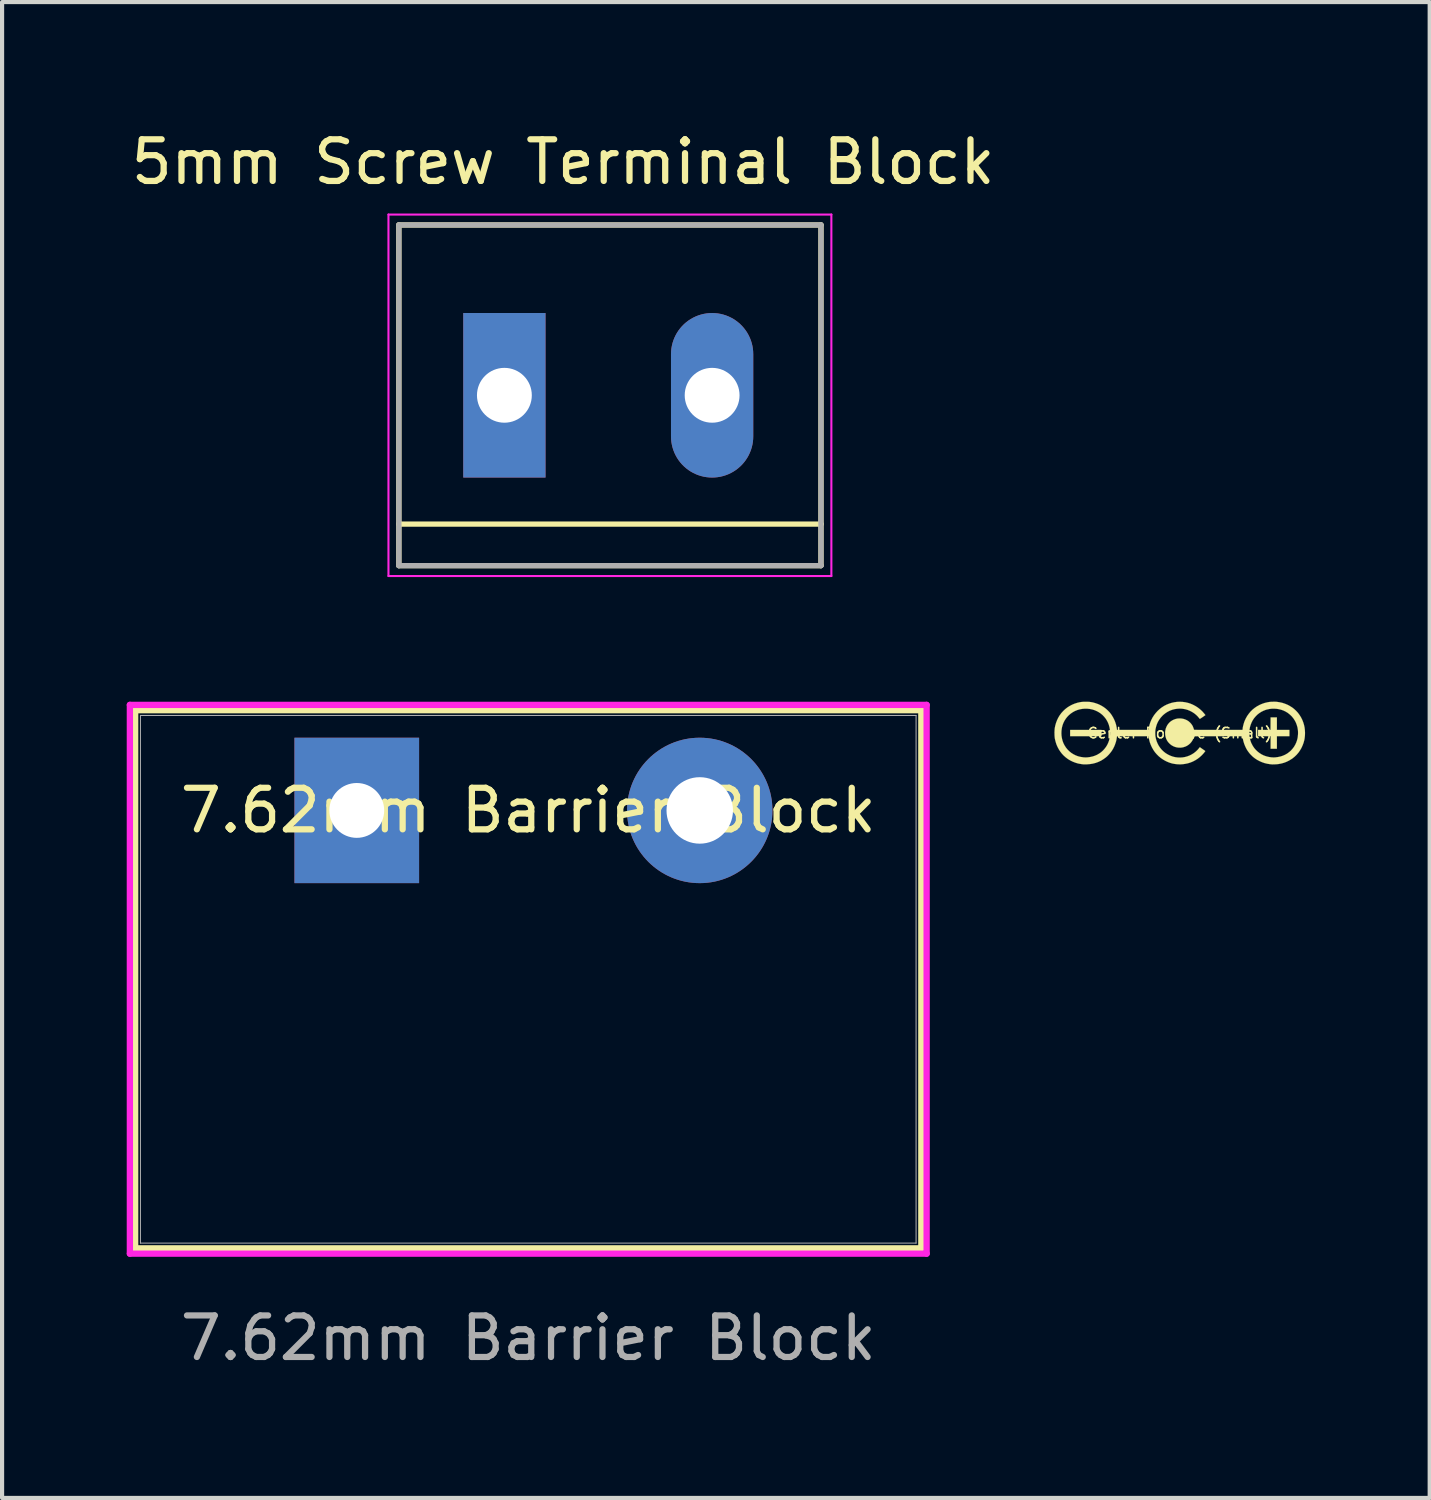
<source format=kicad_pcb>
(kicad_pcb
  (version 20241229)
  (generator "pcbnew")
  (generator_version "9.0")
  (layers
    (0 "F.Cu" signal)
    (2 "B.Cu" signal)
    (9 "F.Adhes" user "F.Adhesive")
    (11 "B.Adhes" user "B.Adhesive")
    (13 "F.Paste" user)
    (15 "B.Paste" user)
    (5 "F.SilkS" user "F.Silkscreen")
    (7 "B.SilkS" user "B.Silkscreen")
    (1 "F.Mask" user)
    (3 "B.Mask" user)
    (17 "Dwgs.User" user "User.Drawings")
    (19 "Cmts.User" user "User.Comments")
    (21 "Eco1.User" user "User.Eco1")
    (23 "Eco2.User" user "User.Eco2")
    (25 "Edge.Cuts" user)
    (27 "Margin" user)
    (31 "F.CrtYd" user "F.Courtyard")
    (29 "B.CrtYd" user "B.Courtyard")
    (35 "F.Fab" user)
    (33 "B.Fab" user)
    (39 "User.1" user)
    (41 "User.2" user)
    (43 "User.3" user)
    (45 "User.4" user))
  (footprint "7.62mm Barrier Block"
    (layer "F.Cu")
    (at 5.537 16.456)
    (property "Reference" "7.62mm Barrier Block" (at 4.128 0 0) (unlocked yes) (layer "F.SilkS") (effects (font (size 1 1) (thickness 0.15))))
    (attr through_hole)
    (fp_line (start -5.334 -2.413) (end -5.334 10.541) (stroke (width 0.152) (type solid)) (layer "F.SilkS"))
    (fp_line (start -5.334 10.541) (end 13.589 10.541) (stroke (width 0.152) (type solid)) (layer "F.SilkS"))
    (fp_line (start 13.589 -2.413) (end -5.334 -2.413) (stroke (width 0.152) (type solid)) (layer "F.SilkS"))
    (fp_line (start 13.589 10.541) (end 13.589 -2.413) (stroke (width 0.152) (type solid)) (layer "F.SilkS"))
    (fp_line (start -5.461 -2.54) (end -5.461 10.668) (stroke (width 0.152) (type solid)) (layer "F.CrtYd"))
    (fp_line (start -5.461 10.668) (end 13.716 10.668) (stroke (width 0.152) (type solid)) (layer "F.CrtYd"))
    (fp_line (start 13.716 -2.54) (end -5.461 -2.54) (stroke (width 0.152) (type solid)) (layer "F.CrtYd"))
    (fp_line (start 13.716 10.668) (end 13.716 -2.54) (stroke (width 0.152) (type solid)) (layer "F.CrtYd"))
    (fp_line (start -5.207 -2.286) (end -5.207 10.414) (stroke (width 0.025) (type solid)) (layer "F.Fab"))
    (fp_line (start -5.207 10.414) (end 13.462 10.414) (stroke (width 0.025) (type solid)) (layer "F.Fab"))
    (fp_line (start 13.462 -2.286) (end -5.207 -2.286) (stroke (width 0.025) (type solid)) (layer "F.Fab"))
    (fp_line (start 13.462 10.414) (end 13.462 -2.286) (stroke (width 0.025) (type solid)) (layer "F.Fab"))
    (fp_text user "${REFERENCE}" (at 4.128 12.7 0) (unlocked yes) (layer "F.Fab") (effects (font (size 1 1) (thickness 0.15))))
    (pad "1" thru_hole rect (at 0 0 180) (size 3 3.5) (drill 1.32) (layers "*.Cu" "*.Mask"))
    (pad "2" thru_hole circle (at 8.255 0) (size 3.5 3.5) (drill 1.6) (layers "*.Cu" "*.Mask")))
  (footprint "5mm Screw Terminal Block"
    (layer "F.Cu")
    (at 11.63 6.464)
    (property "Reference" "5mm Screw Terminal Block" (at -1.127 -5.615 0) (layer "F.SilkS") (effects (font (size 1.002 1.002) (thickness 0.15))))
    (attr through_hole)
    (fp_line (start -5.08 -4.1) (end 5.08 -4.1) (stroke (width 0.127) (type solid)) (layer "F.SilkS"))
    (fp_line (start -5.08 3.1) (end -5.08 -4.1) (stroke (width 0.127) (type solid)) (layer "F.SilkS"))
    (fp_line (start -5.08 3.1) (end 5.08 3.1) (stroke (width 0.127) (type solid)) (layer "F.SilkS"))
    (fp_line (start -5.08 4.1) (end -5.08 3.1) (stroke (width 0.127) (type solid)) (layer "F.SilkS"))
    (fp_line (start 5.08 -4.1) (end 5.08 3.1) (stroke (width 0.127) (type solid)) (layer "F.SilkS"))
    (fp_line (start 5.08 3.1) (end 5.08 4.1) (stroke (width 0.127) (type solid)) (layer "F.SilkS"))
    (fp_line (start 5.08 4.1) (end -5.08 4.1) (stroke (width 0.127) (type solid)) (layer "F.SilkS"))
    (fp_line (start -5.33 -4.35) (end 5.33 -4.35) (stroke (width 0.05) (type solid)) (layer "F.CrtYd"))
    (fp_line (start -5.33 4.35) (end -5.33 -4.35) (stroke (width 0.05) (type solid)) (layer "F.CrtYd"))
    (fp_line (start 5.33 -4.35) (end 5.33 4.35) (stroke (width 0.05) (type solid)) (layer "F.CrtYd"))
    (fp_line (start 5.33 4.35) (end -5.33 4.35) (stroke (width 0.05) (type solid)) (layer "F.CrtYd"))
    (fp_line (start -5.08 -4.1) (end 5.08 -4.1) (stroke (width 0.127) (type solid)) (layer "F.Fab"))
    (fp_line (start -5.08 4.1) (end -5.08 -4.1) (stroke (width 0.127) (type solid)) (layer "F.Fab"))
    (fp_line (start 5.08 -4.1) (end 5.08 4.1) (stroke (width 0.127) (type solid)) (layer "F.Fab"))
    (fp_line (start 5.08 4.1) (end -5.08 4.1) (stroke (width 0.127) (type solid)) (layer "F.Fab"))
    (pad "1" thru_hole rect (at -2.54 0) (size 1.98 3.96) (drill 1.32) (layers "*.Cu" "*.Mask"))
    (pad "2" thru_hole oval (at 2.46 0) (size 1.98 3.96) (drill 1.32) (layers "*.Cu" "*.Mask")))
  (footprint "Center Positive (Small)"
    (layer "F.Cu")
    (at 25.344 14.594)
    (property "Reference" "Center Positive (Small)" (at 0 0 0) (layer "F.SilkS") (effects (font (size 0.25 0.25) (thickness 0.037))))
    (attr exclude_from_pos_files exclude_from_bom)
    (fp_poly (pts (xy -1.883 0.075) (xy -2.637 0.075) (xy -2.637 -0.075) (xy -1.883 -0.075) (xy -1.883 0.075)) (stroke (width 0.003) (type solid)) (fill yes) (layer "F.SilkS"))
    (fp_poly (pts (xy 2.339 -0.075) (xy 2.641 -0.075) (xy 2.641 0.075) (xy 2.339 0.075) (xy 2.339 0.377) (xy 2.188 0.377) (xy 2.188 0.075) (xy 1.886 0.075) (xy 1.886 -0.075) (xy 2.036 -0.076) (xy 2.186 -0.077) (xy 2.187 -0.227) (xy 2.188 -0.377) (xy 2.339 -0.377) (xy 2.339 -0.075)) (stroke (width 0.003) (type solid)) (fill yes) (layer "F.SilkS"))
    (fp_poly (pts (xy 2.294 -0.754) (xy 2.321 -0.753) (xy 2.334 -0.752) (xy 2.401 -0.742) (xy 2.467 -0.728) (xy 2.531 -0.707) (xy 2.593 -0.682) (xy 2.651 -0.651) (xy 2.707 -0.616) (xy 2.751 -0.582) (xy 2.8 -0.537) (xy 2.846 -0.487) (xy 2.886 -0.433) (xy 2.921 -0.376) (xy 2.951 -0.316) (xy 2.975 -0.253) (xy 2.991 -0.2) (xy 3.005 -0.136) (xy 3.013 -0.07) (xy 3.016 -0.004) (xy 3.014 0.061) (xy 3.007 0.125) (xy 2.999 0.168) (xy 2.981 0.235) (xy 2.957 0.299) (xy 2.929 0.36) (xy 2.895 0.418) (xy 2.857 0.472) (xy 2.813 0.523) (xy 2.765 0.569) (xy 2.713 0.611) (xy 2.69 0.626) (xy 2.633 0.661) (xy 2.572 0.691) (xy 2.509 0.715) (xy 2.443 0.733) (xy 2.379 0.745) (xy 2.363 0.747) (xy 2.343 0.749) (xy 2.32 0.751) (xy 2.297 0.752) (xy 2.274 0.753) (xy 2.252 0.753) (xy 2.233 0.754) (xy 2.219 0.753) (xy 2.213 0.753) (xy 2.205 0.752) (xy 2.193 0.751) (xy 2.179 0.749) (xy 2.169 0.748) (xy 2.107 0.738) (xy 2.045 0.723) (xy 1.983 0.702) (xy 1.924 0.676) (xy 1.867 0.646) (xy 1.813 0.611) (xy 1.781 0.586) (xy 1.76 0.569) (xy 1.738 0.548) (xy 1.715 0.525) (xy 1.694 0.503) (xy 1.676 0.482) (xy 1.674 0.479) (xy 1.637 0.43) (xy 1.604 0.376) (xy 1.576 0.318) (xy 1.552 0.258) (xy 1.533 0.195) (xy 1.519 0.131) (xy 1.517 0.114) (xy 1.511 0.075) (xy 0.928 0.075) (xy 0.855 0.075) (xy 0.787 0.075) (xy 0.725 0.076) (xy 0.669 0.076) (xy 0.618 0.076) (xy 0.573 0.076) (xy 0.532 0.076) (xy 0.496 0.076) (xy 0.465 0.076) (xy 0.437 0.076) (xy 0.414 0.077) (xy 0.395 0.077) (xy 0.379 0.077) (xy 0.366 0.078) (xy 0.357 0.078) (xy 0.35 0.078) (xy 0.346 0.079) (xy 0.345 0.079) (xy 0.344 0.079) (xy 0.332 0.119) (xy 0.318 0.154) (xy 0.302 0.184) (xy 0.283 0.212) (xy 0.261 0.238) (xy 0.252 0.248) (xy 0.218 0.278) (xy 0.181 0.303) (xy 0.142 0.323) (xy 0.1 0.337) (xy 0.058 0.347) (xy 0.015 0.351) (xy -0.029 0.35) (xy -0.072 0.344) (xy -0.114 0.333) (xy -0.155 0.316) (xy -0.193 0.295) (xy -0.229 0.268) (xy -0.249 0.249) (xy -0.28 0.215) (xy -0.305 0.178) (xy -0.324 0.139) (xy -0.332 0.118) (xy -0.344 0.073) (xy -0.35 0.027) (xy -0.35 0.001) (xy 1.676 0.001) (xy 1.678 0.062) (xy 1.686 0.12) (xy 1.7 0.176) (xy 1.719 0.231) (xy 1.734 0.262) (xy 1.762 0.314) (xy 1.795 0.362) (xy 1.833 0.406) (xy 1.875 0.446) (xy 1.92 0.481) (xy 1.969 0.512) (xy 2.021 0.538) (xy 2.077 0.558) (xy 2.134 0.573) (xy 2.194 0.583) (xy 2.229 0.586) (xy 2.24 0.586) (xy 2.25 0.587) (xy 2.254 0.587) (xy 2.26 0.587) (xy 2.271 0.587) (xy 2.285 0.586) (xy 2.301 0.585) (xy 2.305 0.585) (xy 2.366 0.577) (xy 2.426 0.564) (xy 2.482 0.546) (xy 2.536 0.522) (xy 2.586 0.494) (xy 2.632 0.46) (xy 2.675 0.423) (xy 2.714 0.38) (xy 2.749 0.334) (xy 2.779 0.284) (xy 2.804 0.231) (xy 2.824 0.174) (xy 2.837 0.123) (xy 2.841 0.099) (xy 2.844 0.071) (xy 2.847 0.04) (xy 2.848 0.008) (xy 2.848 -0.023) (xy 2.847 -0.051) (xy 2.845 -0.075) (xy 2.835 -0.136) (xy 2.818 -0.195) (xy 2.797 -0.251) (xy 2.77 -0.303) (xy 2.738 -0.352) (xy 2.701 -0.398) (xy 2.658 -0.44) (xy 2.611 -0.478) (xy 2.59 -0.493) (xy 2.542 -0.521) (xy 2.491 -0.545) (xy 2.437 -0.563) (xy 2.38 -0.577) (xy 2.323 -0.585) (xy 2.264 -0.588) (xy 2.206 -0.586) (xy 2.148 -0.578) (xy 2.091 -0.565) (xy 2.068 -0.558) (xy 2.013 -0.536) (xy 1.96 -0.509) (xy 1.911 -0.477) (xy 1.866 -0.441) (xy 1.826 -0.4) (xy 1.789 -0.356) (xy 1.757 -0.308) (xy 1.73 -0.256) (xy 1.708 -0.201) (xy 1.691 -0.144) (xy 1.68 -0.084) (xy 1.679 -0.076) (xy 1.678 -0.063) (xy 1.677 -0.045) (xy 1.676 -0.026) (xy 1.676 -0.006) (xy 1.676 0.001) (xy -0.35 0.001) (xy -0.351 -0.018) (xy -0.346 -0.063) (xy -0.336 -0.107) (xy -0.32 -0.148) (xy -0.3 -0.188) (xy -0.274 -0.224) (xy -0.244 -0.257) (xy -0.216 -0.281) (xy -0.178 -0.306) (xy -0.138 -0.325) (xy -0.095 -0.34) (xy -0.051 -0.349) (xy -0.006 -0.352) (xy 0.039 -0.35) (xy 0.083 -0.343) (xy 0.126 -0.33) (xy 0.168 -0.312) (xy 0.203 -0.291) (xy 0.213 -0.284) (xy 0.226 -0.273) (xy 0.239 -0.261) (xy 0.248 -0.254) (xy 0.275 -0.224) (xy 0.298 -0.193) (xy 0.317 -0.158) (xy 0.332 -0.119) (xy 0.345 -0.079) (xy 0.346 -0.079) (xy 0.349 -0.078) (xy 0.356 -0.078) (xy 0.365 -0.078) (xy 0.377 -0.077) (xy 0.393 -0.077) (xy 0.412 -0.077) (xy 0.434 -0.076) (xy 0.461 -0.076) (xy 0.492 -0.076) (xy 0.528 -0.076) (xy 0.568 -0.076) (xy 0.613 -0.076) (xy 0.663 -0.076) (xy 0.718 -0.076) (xy 0.779 -0.075) (xy 0.846 -0.075) (xy 0.919 -0.075) (xy 1.511 -0.075) (xy 1.514 -0.095) (xy 1.519 -0.135) (xy 1.528 -0.177) (xy 1.539 -0.22) (xy 1.552 -0.261) (xy 1.564 -0.294) (xy 1.593 -0.356) (xy 1.626 -0.414) (xy 1.665 -0.468) (xy 1.707 -0.519) (xy 1.754 -0.565) (xy 1.805 -0.606) (xy 1.86 -0.643) (xy 1.918 -0.675) (xy 1.979 -0.702) (xy 2.043 -0.724) (xy 2.11 -0.74) (xy 2.148 -0.747) (xy 2.172 -0.75) (xy 2.201 -0.752) (xy 2.232 -0.753) (xy 2.263 -0.754) (xy 2.294 -0.754)) (stroke (width 0.003) (type solid)) (fill yes) (layer "F.SilkS"))
    (fp_poly (pts (xy 0.071 -0.75) (xy 0.137 -0.741) (xy 0.202 -0.726) (xy 0.253 -0.71) (xy 0.317 -0.683) (xy 0.378 -0.651) (xy 0.436 -0.614) (xy 0.49 -0.572) (xy 0.541 -0.525) (xy 0.587 -0.473) (xy 0.611 -0.443) (xy 0.619 -0.432) (xy 0.554 -0.386) (xy 0.536 -0.374) (xy 0.52 -0.363) (xy 0.506 -0.354) (xy 0.495 -0.347) (xy 0.488 -0.342) (xy 0.485 -0.341) (xy 0.482 -0.343) (xy 0.476 -0.35) (xy 0.469 -0.358) (xy 0.433 -0.401) (xy 0.393 -0.44) (xy 0.348 -0.476) (xy 0.3 -0.507) (xy 0.249 -0.534) (xy 0.196 -0.556) (xy 0.142 -0.572) (xy 0.114 -0.578) (xy 0.054 -0.587) (xy -0.006 -0.589) (xy -0.065 -0.585) (xy -0.124 -0.576) (xy -0.181 -0.561) (xy -0.236 -0.54) (xy -0.288 -0.514) (xy -0.339 -0.482) (xy -0.386 -0.445) (xy -0.415 -0.418) (xy -0.456 -0.373) (xy -0.492 -0.324) (xy -0.523 -0.273) (xy -0.548 -0.218) (xy -0.567 -0.16) (xy -0.581 -0.1) (xy -0.584 -0.085) (xy -0.586 -0.061) (xy -0.588 -0.032) (xy -0.589 -0.002) (xy -0.588 0.029) (xy -0.587 0.057) (xy -0.584 0.082) (xy -0.584 0.084) (xy -0.571 0.145) (xy -0.553 0.203) (xy -0.529 0.259) (xy -0.501 0.311) (xy -0.467 0.36) (xy -0.429 0.405) (xy -0.386 0.446) (xy -0.339 0.483) (xy -0.327 0.491) (xy -0.274 0.522) (xy -0.22 0.547) (xy -0.164 0.567) (xy -0.106 0.581) (xy -0.047 0.588) (xy 0.012 0.59) (xy 0.071 0.586) (xy 0.13 0.576) (xy 0.184 0.561) (xy 0.241 0.539) (xy 0.295 0.511) (xy 0.345 0.479) (xy 0.392 0.441) (xy 0.435 0.399) (xy 0.461 0.368) (xy 0.485 0.339) (xy 0.499 0.35) (xy 0.507 0.355) (xy 0.518 0.363) (xy 0.532 0.373) (xy 0.548 0.384) (xy 0.565 0.396) (xy 0.581 0.407) (xy 0.594 0.416) (xy 0.605 0.424) (xy 0.613 0.43) (xy 0.616 0.433) (xy 0.616 0.433) (xy 0.614 0.437) (xy 0.609 0.445) (xy 0.6 0.456) (xy 0.59 0.469) (xy 0.578 0.484) (xy 0.565 0.498) (xy 0.552 0.512) (xy 0.541 0.525) (xy 0.536 0.53) (xy 0.485 0.577) (xy 0.431 0.619) (xy 0.374 0.655) (xy 0.314 0.686) (xy 0.252 0.711) (xy 0.188 0.73) (xy 0.122 0.743) (xy 0.054 0.751) (xy 0.003 0.753) (xy -0.061 0.75) (xy -0.122 0.743) (xy -0.18 0.732) (xy -0.237 0.715) (xy -0.294 0.693) (xy -0.337 0.673) (xy -0.397 0.639) (xy -0.453 0.601) (xy -0.505 0.558) (xy -0.553 0.51) (xy -0.597 0.459) (xy -0.635 0.403) (xy -0.669 0.343) (xy -0.697 0.282) (xy -0.72 0.219) (xy -0.736 0.155) (xy -0.743 0.119) (xy -0.75 0.075) (xy -1.51 0.077) (xy -1.513 0.099) (xy -1.521 0.152) (xy -1.534 0.207) (xy -1.552 0.262) (xy -1.573 0.316) (xy -1.598 0.367) (xy -1.624 0.412) (xy -1.648 0.447) (xy -1.676 0.483) (xy -1.706 0.518) (xy -1.737 0.55) (xy -1.768 0.578) (xy -1.783 0.59) (xy -1.84 0.631) (xy -1.898 0.666) (xy -1.96 0.695) (xy -2.023 0.718) (xy -2.089 0.735) (xy -2.158 0.746) (xy -2.228 0.752) (xy -2.243 0.753) (xy -2.262 0.753) (xy -2.28 0.753) (xy -2.295 0.753) (xy -2.307 0.753) (xy -2.312 0.753) (xy -2.355 0.748) (xy -2.393 0.742) (xy -2.427 0.736) (xy -2.461 0.728) (xy -2.494 0.718) (xy -2.51 0.713) (xy -2.573 0.689) (xy -2.632 0.66) (xy -2.689 0.626) (xy -2.741 0.587) (xy -2.79 0.544) (xy -2.835 0.496) (xy -2.875 0.444) (xy -2.911 0.389) (xy -2.942 0.33) (xy -2.968 0.269) (xy -2.988 0.204) (xy -2.992 0.188) (xy -2.999 0.16) (xy -3.004 0.135) (xy -3.008 0.112) (xy -3.01 0.088) (xy -3.012 0.062) (xy -3.013 0.033) (xy -3.013 0) (xy -3.013 -0.002) (xy -2.848 -0.002) (xy -2.845 0.061) (xy -2.836 0.121) (xy -2.822 0.18) (xy -2.802 0.236) (xy -2.776 0.289) (xy -2.745 0.339) (xy -2.732 0.357) (xy -2.694 0.403) (xy -2.652 0.443) (xy -2.606 0.48) (xy -2.556 0.511) (xy -2.504 0.537) (xy -2.449 0.558) (xy -2.391 0.573) (xy -2.332 0.582) (xy -2.309 0.585) (xy -2.294 0.586) (xy -2.281 0.586) (xy -2.272 0.587) (xy -2.268 0.587) (xy -2.263 0.587) (xy -2.252 0.587) (xy -2.239 0.586) (xy -2.223 0.585) (xy -2.218 0.585) (xy -2.157 0.577) (xy -2.098 0.564) (xy -2.042 0.546) (xy -1.989 0.523) (xy -1.939 0.494) (xy -1.893 0.462) (xy -1.85 0.424) (xy -1.812 0.383) (xy -1.777 0.338) (xy -1.747 0.29) (xy -1.722 0.238) (xy -1.702 0.184) (xy -1.687 0.126) (xy -1.678 0.067) (xy -1.676 0.042) (xy -1.675 -0.02) (xy -1.679 -0.081) (xy -1.69 -0.139) (xy -1.705 -0.196) (xy -1.726 -0.25) (xy -1.752 -0.301) (xy -1.783 -0.35) (xy -1.819 -0.394) (xy -1.859 -0.436) (xy -1.904 -0.473) (xy -1.953 -0.505) (xy -1.992 -0.526) (xy -2.046 -0.55) (xy -2.103 -0.568) (xy -2.161 -0.58) (xy -2.221 -0.587) (xy -2.281 -0.588) (xy -2.34 -0.583) (xy -2.399 -0.573) (xy -2.457 -0.557) (xy -2.512 -0.535) (xy -2.524 -0.53) (xy -2.576 -0.501) (xy -2.624 -0.468) (xy -2.669 -0.43) (xy -2.708 -0.389) (xy -2.744 -0.343) (xy -2.774 -0.295) (xy -2.8 -0.243) (xy -2.82 -0.188) (xy -2.835 -0.131) (xy -2.844 -0.071) (xy -2.848 -0.01) (xy -2.848 -0.002) (xy -3.013 -0.002) (xy -3.013 -0.033) (xy -3.012 -0.062) (xy -3.01 -0.088) (xy -3.008 -0.112) (xy -3.004 -0.135) (xy -2.999 -0.16) (xy -2.994 -0.184) (xy -2.975 -0.249) (xy -2.951 -0.312) (xy -2.922 -0.372) (xy -2.888 -0.428) (xy -2.849 -0.481) (xy -2.805 -0.529) (xy -2.758 -0.574) (xy -2.706 -0.615) (xy -2.651 -0.65) (xy -2.593 -0.681) (xy -2.531 -0.707) (xy -2.466 -0.728) (xy -2.436 -0.735) (xy -2.41 -0.741) (xy -2.388 -0.745) (xy -2.366 -0.748) (xy -2.345 -0.75) (xy -2.322 -0.752) (xy -2.296 -0.753) (xy -2.266 -0.753) (xy -2.259 -0.753) (xy -2.225 -0.752) (xy -2.196 -0.752) (xy -2.17 -0.75) (xy -2.146 -0.747) (xy -2.122 -0.743) (xy -2.096 -0.738) (xy -2.078 -0.734) (xy -2.017 -0.716) (xy -1.956 -0.694) (xy -1.898 -0.666) (xy -1.843 -0.634) (xy -1.795 -0.6) (xy -1.772 -0.581) (xy -1.747 -0.559) (xy -1.722 -0.535) (xy -1.699 -0.511) (xy -1.679 -0.489) (xy -1.674 -0.483) (xy -1.636 -0.431) (xy -1.603 -0.376) (xy -1.574 -0.318) (xy -1.55 -0.258) (xy -1.531 -0.197) (xy -1.518 -0.135) (xy -1.515 -0.116) (xy -1.513 -0.103) (xy -1.512 -0.092) (xy -1.511 -0.084) (xy -1.51 -0.083) (xy -1.509 -0.075) (xy -0.748 -0.075) (xy -0.748 -0.083) (xy -0.748 -0.091) (xy -0.746 -0.104) (xy -0.743 -0.12) (xy -0.74 -0.138) (xy -0.736 -0.157) (xy -0.732 -0.175) (xy -0.728 -0.19) (xy -0.728 -0.193) (xy -0.708 -0.255) (xy -0.683 -0.316) (xy -0.653 -0.374) (xy -0.617 -0.43) (xy -0.576 -0.483) (xy -0.532 -0.532) (xy -0.483 -0.577) (xy -0.434 -0.615) (xy -0.377 -0.652) (xy -0.317 -0.683) (xy -0.255 -0.708) (xy -0.192 -0.728) (xy -0.127 -0.742) (xy -0.061 -0.751) (xy 0.005 -0.753) (xy 0.071 -0.75)) (stroke (width 0.003) (type solid)) (fill yes) (layer "F.SilkS")))
  (gr_rect
    (start -3 -3)
    (end 31.361 33.004)
    (stroke (width 0.1) (type default))
    (fill no)
    (layer "Edge.Cuts")))
</source>
